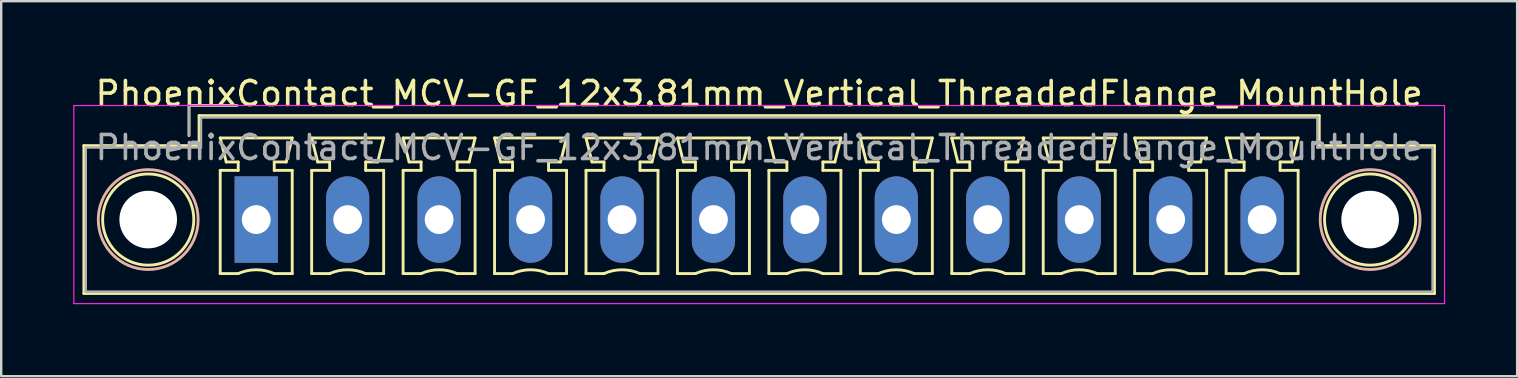
<source format=kicad_pcb>
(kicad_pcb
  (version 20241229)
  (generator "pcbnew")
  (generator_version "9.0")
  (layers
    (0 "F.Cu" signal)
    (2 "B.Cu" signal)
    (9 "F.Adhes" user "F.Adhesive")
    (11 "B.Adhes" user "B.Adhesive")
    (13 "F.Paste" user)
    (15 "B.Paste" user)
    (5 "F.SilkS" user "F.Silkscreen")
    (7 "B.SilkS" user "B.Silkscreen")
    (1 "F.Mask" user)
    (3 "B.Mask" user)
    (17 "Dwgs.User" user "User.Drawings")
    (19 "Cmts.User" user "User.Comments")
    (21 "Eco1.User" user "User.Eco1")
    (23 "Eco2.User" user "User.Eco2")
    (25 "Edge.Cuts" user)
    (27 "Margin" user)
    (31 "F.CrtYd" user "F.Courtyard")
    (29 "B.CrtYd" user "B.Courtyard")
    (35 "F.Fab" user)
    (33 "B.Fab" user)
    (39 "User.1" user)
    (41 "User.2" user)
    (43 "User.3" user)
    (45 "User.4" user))
  (footprint "PhoenixContact_MCV-GF_12x3.81mm_Vertical_ThreadedFlange_MountHole"
    (layer "F.Cu")
    (at 7.625 6.098)
    (property "Reference" "PhoenixContact_MCV-GF_12x3.81mm_Vertical_ThreadedFlange_MountHole" (at 20.955 -5.25 0) (layer "F.SilkS") (effects (font (size 1 1) (thickness 0.15))))
    (attr through_hole)
    (fp_line (start -7.18 -3.08) (end -7.18 3.08) (stroke (width 0.12) (type solid)) (layer "F.SilkS"))
    (fp_line (start -7.18 3.08) (end 49.09 3.08) (stroke (width 0.12) (type solid)) (layer "F.SilkS"))
    (fp_line (start -2.8 -4.75) (end -0.8 -4.75) (stroke (width 0.12) (type solid)) (layer "F.SilkS"))
    (fp_line (start -2.8 -3.5) (end -2.8 -4.75) (stroke (width 0.12) (type solid)) (layer "F.SilkS"))
    (fp_line (start -2.38 -4.33) (end -2.38 -3.08) (stroke (width 0.12) (type solid)) (layer "F.SilkS"))
    (fp_line (start -2.38 -3.08) (end -7.18 -3.08) (stroke (width 0.12) (type solid)) (layer "F.SilkS"))
    (fp_line (start -1.5 -3.4) (end 1.5 -3.4) (stroke (width 0.12) (type solid)) (layer "F.SilkS"))
    (fp_line (start -1.5 -2.05) (end -0.75 -2.05) (stroke (width 0.12) (type solid)) (layer "F.SilkS"))
    (fp_line (start -1.5 2.25) (end -1.5 -2.05) (stroke (width 0.12) (type solid)) (layer "F.SilkS"))
    (fp_line (start -1.25 -2.4) (end -1.5 -3.4) (stroke (width 0.12) (type solid)) (layer "F.SilkS"))
    (fp_line (start -0.75 -2.4) (end -1.25 -2.4) (stroke (width 0.12) (type solid)) (layer "F.SilkS"))
    (fp_line (start -0.75 -2.05) (end -0.75 -2.4) (stroke (width 0.12) (type solid)) (layer "F.SilkS"))
    (fp_line (start -0.75 2.25) (end -1.5 2.25) (stroke (width 0.12) (type solid)) (layer "F.SilkS"))
    (fp_line (start 0.75 -2.4) (end 0.75 -2.05) (stroke (width 0.12) (type solid)) (layer "F.SilkS"))
    (fp_line (start 0.75 -2.05) (end 1.5 -2.05) (stroke (width 0.12) (type solid)) (layer "F.SilkS"))
    (fp_line (start 1.25 -2.4) (end 0.75 -2.4) (stroke (width 0.12) (type solid)) (layer "F.SilkS"))
    (fp_line (start 1.5 -3.4) (end 1.25 -2.4) (stroke (width 0.12) (type solid)) (layer "F.SilkS"))
    (fp_line (start 1.5 -2.05) (end 1.5 2.25) (stroke (width 0.12) (type solid)) (layer "F.SilkS"))
    (fp_line (start 1.5 2.25) (end 0.75 2.25) (stroke (width 0.12) (type solid)) (layer "F.SilkS"))
    (fp_line (start 2.31 -3.4) (end 5.31 -3.4) (stroke (width 0.12) (type solid)) (layer "F.SilkS"))
    (fp_line (start 2.31 -2.05) (end 3.06 -2.05) (stroke (width 0.12) (type solid)) (layer "F.SilkS"))
    (fp_line (start 2.31 2.25) (end 2.31 -2.05) (stroke (width 0.12) (type solid)) (layer "F.SilkS"))
    (fp_line (start 2.56 -2.4) (end 2.31 -3.4) (stroke (width 0.12) (type solid)) (layer "F.SilkS"))
    (fp_line (start 3.06 -2.4) (end 2.56 -2.4) (stroke (width 0.12) (type solid)) (layer "F.SilkS"))
    (fp_line (start 3.06 -2.05) (end 3.06 -2.4) (stroke (width 0.12) (type solid)) (layer "F.SilkS"))
    (fp_line (start 3.06 2.25) (end 2.31 2.25) (stroke (width 0.12) (type solid)) (layer "F.SilkS"))
    (fp_line (start 4.56 -2.4) (end 4.56 -2.05) (stroke (width 0.12) (type solid)) (layer "F.SilkS"))
    (fp_line (start 4.56 -2.05) (end 5.31 -2.05) (stroke (width 0.12) (type solid)) (layer "F.SilkS"))
    (fp_line (start 5.06 -2.4) (end 4.56 -2.4) (stroke (width 0.12) (type solid)) (layer "F.SilkS"))
    (fp_line (start 5.31 -3.4) (end 5.06 -2.4) (stroke (width 0.12) (type solid)) (layer "F.SilkS"))
    (fp_line (start 5.31 -2.05) (end 5.31 2.25) (stroke (width 0.12) (type solid)) (layer "F.SilkS"))
    (fp_line (start 5.31 2.25) (end 4.56 2.25) (stroke (width 0.12) (type solid)) (layer "F.SilkS"))
    (fp_line (start 6.12 -3.4) (end 9.12 -3.4) (stroke (width 0.12) (type solid)) (layer "F.SilkS"))
    (fp_line (start 6.12 -2.05) (end 6.87 -2.05) (stroke (width 0.12) (type solid)) (layer "F.SilkS"))
    (fp_line (start 6.12 2.25) (end 6.12 -2.05) (stroke (width 0.12) (type solid)) (layer "F.SilkS"))
    (fp_line (start 6.37 -2.4) (end 6.12 -3.4) (stroke (width 0.12) (type solid)) (layer "F.SilkS"))
    (fp_line (start 6.87 -2.4) (end 6.37 -2.4) (stroke (width 0.12) (type solid)) (layer "F.SilkS"))
    (fp_line (start 6.87 -2.05) (end 6.87 -2.4) (stroke (width 0.12) (type solid)) (layer "F.SilkS"))
    (fp_line (start 6.87 2.25) (end 6.12 2.25) (stroke (width 0.12) (type solid)) (layer "F.SilkS"))
    (fp_line (start 8.37 -2.4) (end 8.37 -2.05) (stroke (width 0.12) (type solid)) (layer "F.SilkS"))
    (fp_line (start 8.37 -2.05) (end 9.12 -2.05) (stroke (width 0.12) (type solid)) (layer "F.SilkS"))
    (fp_line (start 8.87 -2.4) (end 8.37 -2.4) (stroke (width 0.12) (type solid)) (layer "F.SilkS"))
    (fp_line (start 9.12 -3.4) (end 8.87 -2.4) (stroke (width 0.12) (type solid)) (layer "F.SilkS"))
    (fp_line (start 9.12 -2.05) (end 9.12 2.25) (stroke (width 0.12) (type solid)) (layer "F.SilkS"))
    (fp_line (start 9.12 2.25) (end 8.37 2.25) (stroke (width 0.12) (type solid)) (layer "F.SilkS"))
    (fp_line (start 9.93 -3.4) (end 12.93 -3.4) (stroke (width 0.12) (type solid)) (layer "F.SilkS"))
    (fp_line (start 9.93 -2.05) (end 10.68 -2.05) (stroke (width 0.12) (type solid)) (layer "F.SilkS"))
    (fp_line (start 9.93 2.25) (end 9.93 -2.05) (stroke (width 0.12) (type solid)) (layer "F.SilkS"))
    (fp_line (start 10.18 -2.4) (end 9.93 -3.4) (stroke (width 0.12) (type solid)) (layer "F.SilkS"))
    (fp_line (start 10.68 -2.4) (end 10.18 -2.4) (stroke (width 0.12) (type solid)) (layer "F.SilkS"))
    (fp_line (start 10.68 -2.05) (end 10.68 -2.4) (stroke (width 0.12) (type solid)) (layer "F.SilkS"))
    (fp_line (start 10.68 2.25) (end 9.93 2.25) (stroke (width 0.12) (type solid)) (layer "F.SilkS"))
    (fp_line (start 12.18 -2.4) (end 12.18 -2.05) (stroke (width 0.12) (type solid)) (layer "F.SilkS"))
    (fp_line (start 12.18 -2.05) (end 12.93 -2.05) (stroke (width 0.12) (type solid)) (layer "F.SilkS"))
    (fp_line (start 12.68 -2.4) (end 12.18 -2.4) (stroke (width 0.12) (type solid)) (layer "F.SilkS"))
    (fp_line (start 12.93 -3.4) (end 12.68 -2.4) (stroke (width 0.12) (type solid)) (layer "F.SilkS"))
    (fp_line (start 12.93 -2.05) (end 12.93 2.25) (stroke (width 0.12) (type solid)) (layer "F.SilkS"))
    (fp_line (start 12.93 2.25) (end 12.18 2.25) (stroke (width 0.12) (type solid)) (layer "F.SilkS"))
    (fp_line (start 13.74 -3.4) (end 16.74 -3.4) (stroke (width 0.12) (type solid)) (layer "F.SilkS"))
    (fp_line (start 13.74 -2.05) (end 14.49 -2.05) (stroke (width 0.12) (type solid)) (layer "F.SilkS"))
    (fp_line (start 13.74 2.25) (end 13.74 -2.05) (stroke (width 0.12) (type solid)) (layer "F.SilkS"))
    (fp_line (start 13.99 -2.4) (end 13.74 -3.4) (stroke (width 0.12) (type solid)) (layer "F.SilkS"))
    (fp_line (start 14.49 -2.4) (end 13.99 -2.4) (stroke (width 0.12) (type solid)) (layer "F.SilkS"))
    (fp_line (start 14.49 -2.05) (end 14.49 -2.4) (stroke (width 0.12) (type solid)) (layer "F.SilkS"))
    (fp_line (start 14.49 2.25) (end 13.74 2.25) (stroke (width 0.12) (type solid)) (layer "F.SilkS"))
    (fp_line (start 15.99 -2.4) (end 15.99 -2.05) (stroke (width 0.12) (type solid)) (layer "F.SilkS"))
    (fp_line (start 15.99 -2.05) (end 16.74 -2.05) (stroke (width 0.12) (type solid)) (layer "F.SilkS"))
    (fp_line (start 16.49 -2.4) (end 15.99 -2.4) (stroke (width 0.12) (type solid)) (layer "F.SilkS"))
    (fp_line (start 16.74 -3.4) (end 16.49 -2.4) (stroke (width 0.12) (type solid)) (layer "F.SilkS"))
    (fp_line (start 16.74 -2.05) (end 16.74 2.25) (stroke (width 0.12) (type solid)) (layer "F.SilkS"))
    (fp_line (start 16.74 2.25) (end 15.99 2.25) (stroke (width 0.12) (type solid)) (layer "F.SilkS"))
    (fp_line (start 17.55 -3.4) (end 20.55 -3.4) (stroke (width 0.12) (type solid)) (layer "F.SilkS"))
    (fp_line (start 17.55 -2.05) (end 18.3 -2.05) (stroke (width 0.12) (type solid)) (layer "F.SilkS"))
    (fp_line (start 17.55 2.25) (end 17.55 -2.05) (stroke (width 0.12) (type solid)) (layer "F.SilkS"))
    (fp_line (start 17.8 -2.4) (end 17.55 -3.4) (stroke (width 0.12) (type solid)) (layer "F.SilkS"))
    (fp_line (start 18.3 -2.4) (end 17.8 -2.4) (stroke (width 0.12) (type solid)) (layer "F.SilkS"))
    (fp_line (start 18.3 -2.05) (end 18.3 -2.4) (stroke (width 0.12) (type solid)) (layer "F.SilkS"))
    (fp_line (start 18.3 2.25) (end 17.55 2.25) (stroke (width 0.12) (type solid)) (layer "F.SilkS"))
    (fp_line (start 19.8 -2.4) (end 19.8 -2.05) (stroke (width 0.12) (type solid)) (layer "F.SilkS"))
    (fp_line (start 19.8 -2.05) (end 20.55 -2.05) (stroke (width 0.12) (type solid)) (layer "F.SilkS"))
    (fp_line (start 20.3 -2.4) (end 19.8 -2.4) (stroke (width 0.12) (type solid)) (layer "F.SilkS"))
    (fp_line (start 20.55 -3.4) (end 20.3 -2.4) (stroke (width 0.12) (type solid)) (layer "F.SilkS"))
    (fp_line (start 20.55 -2.05) (end 20.55 2.25) (stroke (width 0.12) (type solid)) (layer "F.SilkS"))
    (fp_line (start 20.55 2.25) (end 19.8 2.25) (stroke (width 0.12) (type solid)) (layer "F.SilkS"))
    (fp_line (start 21.36 -3.4) (end 24.36 -3.4) (stroke (width 0.12) (type solid)) (layer "F.SilkS"))
    (fp_line (start 21.36 -2.05) (end 22.11 -2.05) (stroke (width 0.12) (type solid)) (layer "F.SilkS"))
    (fp_line (start 21.36 2.25) (end 21.36 -2.05) (stroke (width 0.12) (type solid)) (layer "F.SilkS"))
    (fp_line (start 21.61 -2.4) (end 21.36 -3.4) (stroke (width 0.12) (type solid)) (layer "F.SilkS"))
    (fp_line (start 22.11 -2.4) (end 21.61 -2.4) (stroke (width 0.12) (type solid)) (layer "F.SilkS"))
    (fp_line (start 22.11 -2.05) (end 22.11 -2.4) (stroke (width 0.12) (type solid)) (layer "F.SilkS"))
    (fp_line (start 22.11 2.25) (end 21.36 2.25) (stroke (width 0.12) (type solid)) (layer "F.SilkS"))
    (fp_line (start 23.61 -2.4) (end 23.61 -2.05) (stroke (width 0.12) (type solid)) (layer "F.SilkS"))
    (fp_line (start 23.61 -2.05) (end 24.36 -2.05) (stroke (width 0.12) (type solid)) (layer "F.SilkS"))
    (fp_line (start 24.11 -2.4) (end 23.61 -2.4) (stroke (width 0.12) (type solid)) (layer "F.SilkS"))
    (fp_line (start 24.36 -3.4) (end 24.11 -2.4) (stroke (width 0.12) (type solid)) (layer "F.SilkS"))
    (fp_line (start 24.36 -2.05) (end 24.36 2.25) (stroke (width 0.12) (type solid)) (layer "F.SilkS"))
    (fp_line (start 24.36 2.25) (end 23.61 2.25) (stroke (width 0.12) (type solid)) (layer "F.SilkS"))
    (fp_line (start 25.17 -3.4) (end 28.17 -3.4) (stroke (width 0.12) (type solid)) (layer "F.SilkS"))
    (fp_line (start 25.17 -2.05) (end 25.92 -2.05) (stroke (width 0.12) (type solid)) (layer "F.SilkS"))
    (fp_line (start 25.17 2.25) (end 25.17 -2.05) (stroke (width 0.12) (type solid)) (layer "F.SilkS"))
    (fp_line (start 25.42 -2.4) (end 25.17 -3.4) (stroke (width 0.12) (type solid)) (layer "F.SilkS"))
    (fp_line (start 25.92 -2.4) (end 25.42 -2.4) (stroke (width 0.12) (type solid)) (layer "F.SilkS"))
    (fp_line (start 25.92 -2.05) (end 25.92 -2.4) (stroke (width 0.12) (type solid)) (layer "F.SilkS"))
    (fp_line (start 25.92 2.25) (end 25.17 2.25) (stroke (width 0.12) (type solid)) (layer "F.SilkS"))
    (fp_line (start 27.42 -2.4) (end 27.42 -2.05) (stroke (width 0.12) (type solid)) (layer "F.SilkS"))
    (fp_line (start 27.42 -2.05) (end 28.17 -2.05) (stroke (width 0.12) (type solid)) (layer "F.SilkS"))
    (fp_line (start 27.92 -2.4) (end 27.42 -2.4) (stroke (width 0.12) (type solid)) (layer "F.SilkS"))
    (fp_line (start 28.17 -3.4) (end 27.92 -2.4) (stroke (width 0.12) (type solid)) (layer "F.SilkS"))
    (fp_line (start 28.17 -2.05) (end 28.17 2.25) (stroke (width 0.12) (type solid)) (layer "F.SilkS"))
    (fp_line (start 28.17 2.25) (end 27.42 2.25) (stroke (width 0.12) (type solid)) (layer "F.SilkS"))
    (fp_line (start 28.98 -3.4) (end 31.98 -3.4) (stroke (width 0.12) (type solid)) (layer "F.SilkS"))
    (fp_line (start 28.98 -2.05) (end 29.73 -2.05) (stroke (width 0.12) (type solid)) (layer "F.SilkS"))
    (fp_line (start 28.98 2.25) (end 28.98 -2.05) (stroke (width 0.12) (type solid)) (layer "F.SilkS"))
    (fp_line (start 29.23 -2.4) (end 28.98 -3.4) (stroke (width 0.12) (type solid)) (layer "F.SilkS"))
    (fp_line (start 29.73 -2.4) (end 29.23 -2.4) (stroke (width 0.12) (type solid)) (layer "F.SilkS"))
    (fp_line (start 29.73 -2.05) (end 29.73 -2.4) (stroke (width 0.12) (type solid)) (layer "F.SilkS"))
    (fp_line (start 29.73 2.25) (end 28.98 2.25) (stroke (width 0.12) (type solid)) (layer "F.SilkS"))
    (fp_line (start 31.23 -2.4) (end 31.23 -2.05) (stroke (width 0.12) (type solid)) (layer "F.SilkS"))
    (fp_line (start 31.23 -2.05) (end 31.98 -2.05) (stroke (width 0.12) (type solid)) (layer "F.SilkS"))
    (fp_line (start 31.73 -2.4) (end 31.23 -2.4) (stroke (width 0.12) (type solid)) (layer "F.SilkS"))
    (fp_line (start 31.98 -3.4) (end 31.73 -2.4) (stroke (width 0.12) (type solid)) (layer "F.SilkS"))
    (fp_line (start 31.98 -2.05) (end 31.98 2.25) (stroke (width 0.12) (type solid)) (layer "F.SilkS"))
    (fp_line (start 31.98 2.25) (end 31.23 2.25) (stroke (width 0.12) (type solid)) (layer "F.SilkS"))
    (fp_line (start 32.79 -3.4) (end 35.79 -3.4) (stroke (width 0.12) (type solid)) (layer "F.SilkS"))
    (fp_line (start 32.79 -2.05) (end 33.54 -2.05) (stroke (width 0.12) (type solid)) (layer "F.SilkS"))
    (fp_line (start 32.79 2.25) (end 32.79 -2.05) (stroke (width 0.12) (type solid)) (layer "F.SilkS"))
    (fp_line (start 33.04 -2.4) (end 32.79 -3.4) (stroke (width 0.12) (type solid)) (layer "F.SilkS"))
    (fp_line (start 33.54 -2.4) (end 33.04 -2.4) (stroke (width 0.12) (type solid)) (layer "F.SilkS"))
    (fp_line (start 33.54 -2.05) (end 33.54 -2.4) (stroke (width 0.12) (type solid)) (layer "F.SilkS"))
    (fp_line (start 33.54 2.25) (end 32.79 2.25) (stroke (width 0.12) (type solid)) (layer "F.SilkS"))
    (fp_line (start 35.04 -2.4) (end 35.04 -2.05) (stroke (width 0.12) (type solid)) (layer "F.SilkS"))
    (fp_line (start 35.04 -2.05) (end 35.79 -2.05) (stroke (width 0.12) (type solid)) (layer "F.SilkS"))
    (fp_line (start 35.54 -2.4) (end 35.04 -2.4) (stroke (width 0.12) (type solid)) (layer "F.SilkS"))
    (fp_line (start 35.79 -3.4) (end 35.54 -2.4) (stroke (width 0.12) (type solid)) (layer "F.SilkS"))
    (fp_line (start 35.79 -2.05) (end 35.79 2.25) (stroke (width 0.12) (type solid)) (layer "F.SilkS"))
    (fp_line (start 35.79 2.25) (end 35.04 2.25) (stroke (width 0.12) (type solid)) (layer "F.SilkS"))
    (fp_line (start 36.6 -3.4) (end 39.6 -3.4) (stroke (width 0.12) (type solid)) (layer "F.SilkS"))
    (fp_line (start 36.6 -2.05) (end 37.35 -2.05) (stroke (width 0.12) (type solid)) (layer "F.SilkS"))
    (fp_line (start 36.6 2.25) (end 36.6 -2.05) (stroke (width 0.12) (type solid)) (layer "F.SilkS"))
    (fp_line (start 36.85 -2.4) (end 36.6 -3.4) (stroke (width 0.12) (type solid)) (layer "F.SilkS"))
    (fp_line (start 37.35 -2.4) (end 36.85 -2.4) (stroke (width 0.12) (type solid)) (layer "F.SilkS"))
    (fp_line (start 37.35 -2.05) (end 37.35 -2.4) (stroke (width 0.12) (type solid)) (layer "F.SilkS"))
    (fp_line (start 37.35 2.25) (end 36.6 2.25) (stroke (width 0.12) (type solid)) (layer "F.SilkS"))
    (fp_line (start 38.85 -2.4) (end 38.85 -2.05) (stroke (width 0.12) (type solid)) (layer "F.SilkS"))
    (fp_line (start 38.85 -2.05) (end 39.6 -2.05) (stroke (width 0.12) (type solid)) (layer "F.SilkS"))
    (fp_line (start 39.35 -2.4) (end 38.85 -2.4) (stroke (width 0.12) (type solid)) (layer "F.SilkS"))
    (fp_line (start 39.6 -3.4) (end 39.35 -2.4) (stroke (width 0.12) (type solid)) (layer "F.SilkS"))
    (fp_line (start 39.6 -2.05) (end 39.6 2.25) (stroke (width 0.12) (type solid)) (layer "F.SilkS"))
    (fp_line (start 39.6 2.25) (end 38.85 2.25) (stroke (width 0.12) (type solid)) (layer "F.SilkS"))
    (fp_line (start 40.41 -3.4) (end 43.41 -3.4) (stroke (width 0.12) (type solid)) (layer "F.SilkS"))
    (fp_line (start 40.41 -2.05) (end 41.16 -2.05) (stroke (width 0.12) (type solid)) (layer "F.SilkS"))
    (fp_line (start 40.41 2.25) (end 40.41 -2.05) (stroke (width 0.12) (type solid)) (layer "F.SilkS"))
    (fp_line (start 40.66 -2.4) (end 40.41 -3.4) (stroke (width 0.12) (type solid)) (layer "F.SilkS"))
    (fp_line (start 41.16 -2.4) (end 40.66 -2.4) (stroke (width 0.12) (type solid)) (layer "F.SilkS"))
    (fp_line (start 41.16 -2.05) (end 41.16 -2.4) (stroke (width 0.12) (type solid)) (layer "F.SilkS"))
    (fp_line (start 41.16 2.25) (end 40.41 2.25) (stroke (width 0.12) (type solid)) (layer "F.SilkS"))
    (fp_line (start 42.66 -2.4) (end 42.66 -2.05) (stroke (width 0.12) (type solid)) (layer "F.SilkS"))
    (fp_line (start 42.66 -2.05) (end 43.41 -2.05) (stroke (width 0.12) (type solid)) (layer "F.SilkS"))
    (fp_line (start 43.16 -2.4) (end 42.66 -2.4) (stroke (width 0.12) (type solid)) (layer "F.SilkS"))
    (fp_line (start 43.41 -3.4) (end 43.16 -2.4) (stroke (width 0.12) (type solid)) (layer "F.SilkS"))
    (fp_line (start 43.41 -2.05) (end 43.41 2.25) (stroke (width 0.12) (type solid)) (layer "F.SilkS"))
    (fp_line (start 43.41 2.25) (end 42.66 2.25) (stroke (width 0.12) (type solid)) (layer "F.SilkS"))
    (fp_line (start 44.29 -4.33) (end -2.38 -4.33) (stroke (width 0.12) (type solid)) (layer "F.SilkS"))
    (fp_line (start 44.29 -3.08) (end 44.29 -4.33) (stroke (width 0.12) (type solid)) (layer "F.SilkS"))
    (fp_line (start 49.09 -3.08) (end 44.29 -3.08) (stroke (width 0.12) (type solid)) (layer "F.SilkS"))
    (fp_line (start 49.09 3.08) (end 49.09 -3.08) (stroke (width 0.12) (type solid)) (layer "F.SilkS"))
    (fp_arc (start -0.75 2.25) (mid -0.000193 2.09191) (end 0.749647 2.249844) (stroke (width 0.12) (type solid)) (layer "F.SilkS"))
    (fp_arc (start 3.06 2.25) (mid 3.809807 2.09191) (end 4.559647 2.249844) (stroke (width 0.12) (type solid)) (layer "F.SilkS"))
    (fp_arc (start 6.87 2.25) (mid 7.619807 2.09191) (end 8.369647 2.249844) (stroke (width 0.12) (type solid)) (layer "F.SilkS"))
    (fp_arc (start 10.68 2.25) (mid 11.429807 2.09191) (end 12.179647 2.249844) (stroke (width 0.12) (type solid)) (layer "F.SilkS"))
    (fp_arc (start 14.49 2.25) (mid 15.239807 2.09191) (end 15.989647 2.249844) (stroke (width 0.12) (type solid)) (layer "F.SilkS"))
    (fp_arc (start 18.3 2.25) (mid 19.049807 2.09191) (end 19.799647 2.249844) (stroke (width 0.12) (type solid)) (layer "F.SilkS"))
    (fp_arc (start 22.11 2.25) (mid 22.859807 2.09191) (end 23.609647 2.249844) (stroke (width 0.12) (type solid)) (layer "F.SilkS"))
    (fp_arc (start 25.92 2.25) (mid 26.669807 2.09191) (end 27.419647 2.249844) (stroke (width 0.12) (type solid)) (layer "F.SilkS"))
    (fp_arc (start 29.73 2.25) (mid 30.479807 2.09191) (end 31.229647 2.249844) (stroke (width 0.12) (type solid)) (layer "F.SilkS"))
    (fp_arc (start 33.54 2.25) (mid 34.289807 2.09191) (end 35.039647 2.249844) (stroke (width 0.12) (type solid)) (layer "F.SilkS"))
    (fp_arc (start 37.35 2.25) (mid 38.099807 2.09191) (end 38.849647 2.249844) (stroke (width 0.12) (type solid)) (layer "F.SilkS"))
    (fp_arc (start 41.16 2.25) (mid 41.909807 2.09191) (end 42.659647 2.249844) (stroke (width 0.12) (type solid)) (layer "F.SilkS"))
    (fp_circle (center -4.5 0) (end -2.6 0) (stroke (width 0.12) (type solid)) (fill no) (layer "F.SilkS"))
    (fp_circle (center 46.41 0) (end 48.31 0) (stroke (width 0.12) (type solid)) (fill no) (layer "F.SilkS"))
    (fp_circle (center -4.5 0) (end -2.42 0) (stroke (width 0.12) (type solid)) (fill no) (layer "B.SilkS"))
    (fp_circle (center 46.41 0) (end 48.49 0) (stroke (width 0.12) (type solid)) (fill no) (layer "B.SilkS"))
    (fp_line (start -7.6 -4.75) (end -7.6 3.5) (stroke (width 0.05) (type solid)) (layer "F.CrtYd"))
    (fp_line (start -7.6 3.5) (end 49.51 3.5) (stroke (width 0.05) (type solid)) (layer "F.CrtYd"))
    (fp_line (start 49.51 -4.75) (end -7.6 -4.75) (stroke (width 0.05) (type solid)) (layer "F.CrtYd"))
    (fp_line (start 49.51 3.5) (end 49.51 -4.75) (stroke (width 0.05) (type solid)) (layer "F.CrtYd"))
    (fp_line (start -7.1 -3) (end -7.1 3) (stroke (width 0.1) (type solid)) (layer "F.Fab"))
    (fp_line (start -7.1 3) (end 49.01 3) (stroke (width 0.1) (type solid)) (layer "F.Fab"))
    (fp_line (start -2.8 -4.75) (end -0.8 -4.75) (stroke (width 0.1) (type solid)) (layer "F.Fab"))
    (fp_line (start -2.8 -3.5) (end -2.8 -4.75) (stroke (width 0.1) (type solid)) (layer "F.Fab"))
    (fp_line (start -2.3 -4.25) (end -2.3 -3) (stroke (width 0.1) (type solid)) (layer "F.Fab"))
    (fp_line (start -2.3 -3) (end -7.1 -3) (stroke (width 0.1) (type solid)) (layer "F.Fab"))
    (fp_line (start 44.21 -4.25) (end -2.3 -4.25) (stroke (width 0.1) (type solid)) (layer "F.Fab"))
    (fp_line (start 44.21 -3) (end 44.21 -4.25) (stroke (width 0.1) (type solid)) (layer "F.Fab"))
    (fp_line (start 49.01 -3) (end 44.21 -3) (stroke (width 0.1) (type solid)) (layer "F.Fab"))
    (fp_line (start 49.01 3) (end 49.01 -3) (stroke (width 0.1) (type solid)) (layer "F.Fab"))
    (fp_text user "${REFERENCE}" (at 20.955 -3 0) (layer "F.Fab") (effects (font (size 1 1) (thickness 0.15))))
    (pad "" np_thru_hole circle (at -4.5 0) (size 2.4 2.4) (drill 2.4) (layers "*.Cu" "*.Mask"))
    (pad "" np_thru_hole circle (at 46.41 0) (size 2.4 2.4) (drill 2.4) (layers "*.Cu" "*.Mask"))
    (pad "1" thru_hole rect (at 0 0) (size 1.8 3.6) (drill 1.2) (layers "*.Cu" "*.Mask"))
    (pad "2" thru_hole oval (at 3.81 0) (size 1.8 3.6) (drill 1.2) (layers "*.Cu" "*.Mask"))
    (pad "3" thru_hole oval (at 7.62 0) (size 1.8 3.6) (drill 1.2) (layers "*.Cu" "*.Mask"))
    (pad "4" thru_hole oval (at 11.43 0) (size 1.8 3.6) (drill 1.2) (layers "*.Cu" "*.Mask"))
    (pad "5" thru_hole oval (at 15.24 0) (size 1.8 3.6) (drill 1.2) (layers "*.Cu" "*.Mask"))
    (pad "6" thru_hole oval (at 19.05 0) (size 1.8 3.6) (drill 1.2) (layers "*.Cu" "*.Mask"))
    (pad "7" thru_hole oval (at 22.86 0) (size 1.8 3.6) (drill 1.2) (layers "*.Cu" "*.Mask"))
    (pad "8" thru_hole oval (at 26.67 0) (size 1.8 3.6) (drill 1.2) (layers "*.Cu" "*.Mask"))
    (pad "9" thru_hole oval (at 30.48 0) (size 1.8 3.6) (drill 1.2) (layers "*.Cu" "*.Mask"))
    (pad "10" thru_hole oval (at 34.29 0) (size 1.8 3.6) (drill 1.2) (layers "*.Cu" "*.Mask"))
    (pad "11" thru_hole oval (at 38.1 0) (size 1.8 3.6) (drill 1.2) (layers "*.Cu" "*.Mask"))
    (pad "12" thru_hole oval (at 41.91 0) (size 1.8 3.6) (drill 1.2) (layers "*.Cu" "*.Mask")))
  (gr_rect
    (start -3 -3)
    (end 60.16 12.623)
    (stroke (width 0.1) (type default))
    (fill no)
    (layer "Edge.Cuts")))
</source>
